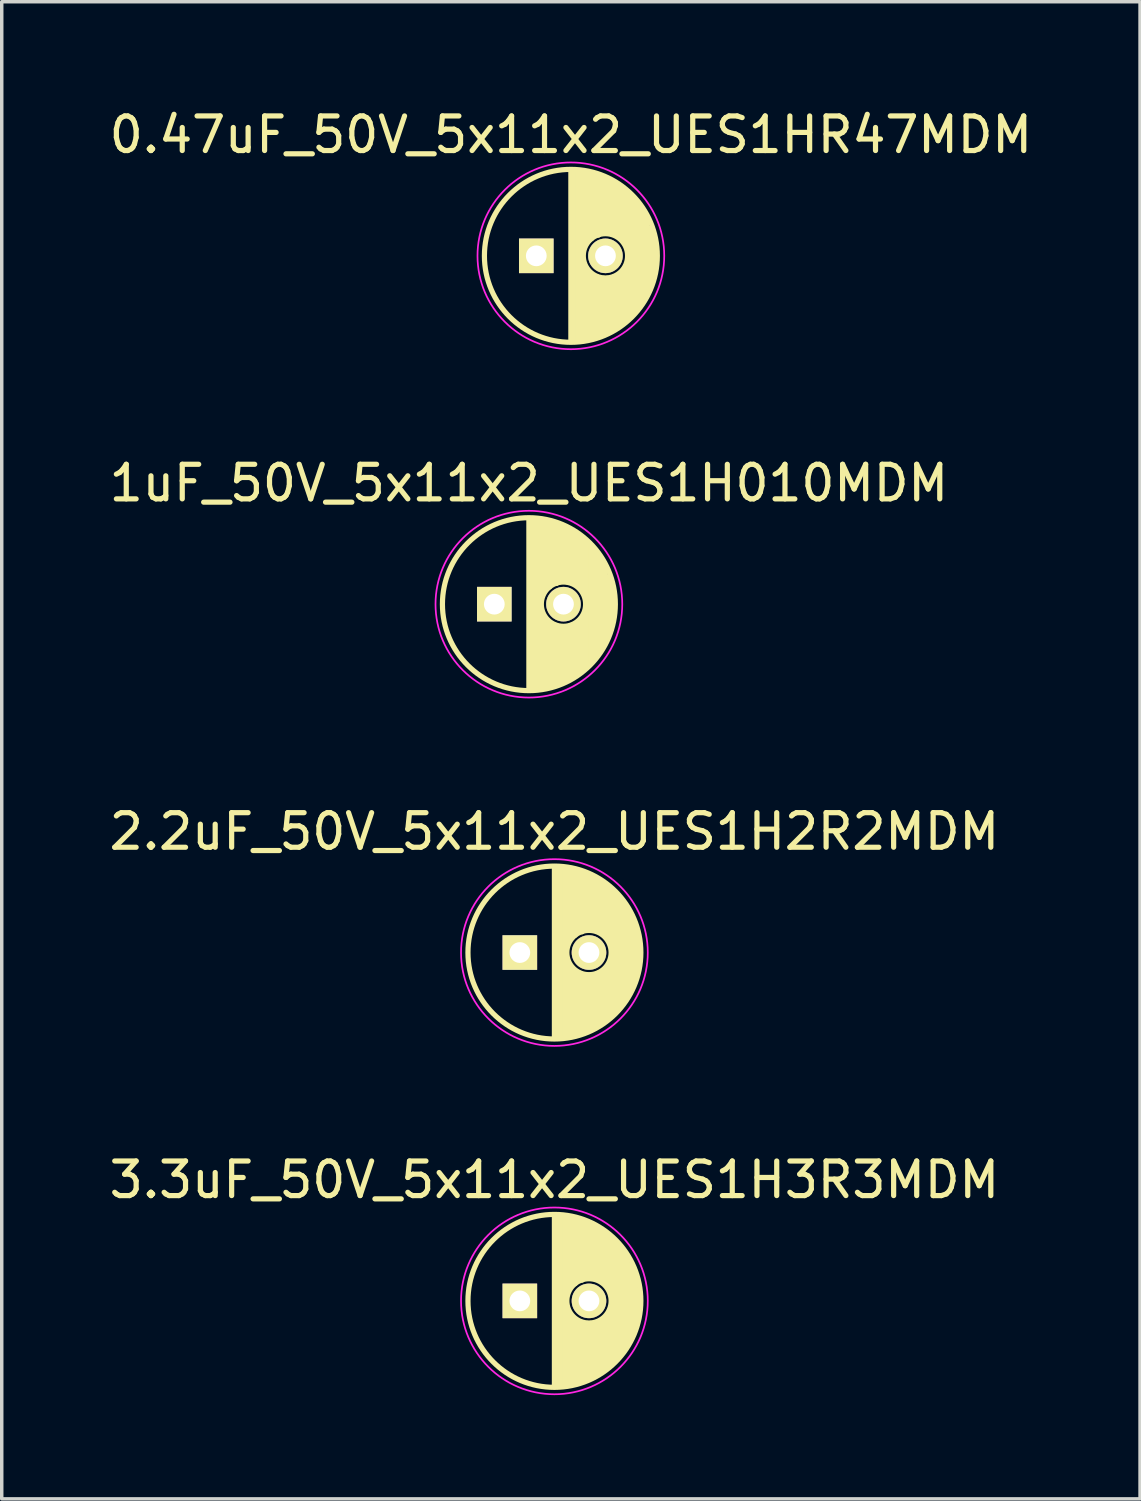
<source format=kicad_pcb>
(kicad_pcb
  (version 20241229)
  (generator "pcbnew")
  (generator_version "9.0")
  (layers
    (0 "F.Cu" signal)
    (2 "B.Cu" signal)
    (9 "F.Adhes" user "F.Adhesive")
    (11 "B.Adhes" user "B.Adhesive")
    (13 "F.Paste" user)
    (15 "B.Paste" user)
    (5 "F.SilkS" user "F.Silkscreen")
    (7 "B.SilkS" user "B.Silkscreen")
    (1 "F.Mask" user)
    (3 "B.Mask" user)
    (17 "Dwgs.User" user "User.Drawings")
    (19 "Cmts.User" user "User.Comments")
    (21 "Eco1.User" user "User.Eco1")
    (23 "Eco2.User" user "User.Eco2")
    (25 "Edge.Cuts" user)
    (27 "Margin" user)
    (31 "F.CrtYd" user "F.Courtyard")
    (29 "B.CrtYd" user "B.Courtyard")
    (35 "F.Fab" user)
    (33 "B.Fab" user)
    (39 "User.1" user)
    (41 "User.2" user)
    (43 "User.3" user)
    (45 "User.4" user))
  (footprint "1uF_50V_5x11x2_UES1H010MDM"
    (layer "F.Cu")
    (at 12.244 14.421)
    (property "Reference" "1uF_50V_5x11x2_UES1H010MDM" (at 0 -3.5 0) (layer "F.SilkS") (effects (font (size 1 1) (thickness 0.15))))
    (attr through_hole)
    (fp_line (start 0 -2.45) (end 0 2.45) (stroke (width 0.15) (type solid)) (layer "F.SilkS"))
    (fp_line (start 0.1 2.45) (end 0.1 -2.45) (stroke (width 0.15) (type solid)) (layer "F.SilkS"))
    (fp_line (start 0.2 -2.45) (end 0.2 2.45) (stroke (width 0.15) (type solid)) (layer "F.SilkS"))
    (fp_line (start 0.3 2.45) (end 0.3 -2.4) (stroke (width 0.15) (type solid)) (layer "F.SilkS"))
    (fp_line (start 0.35 0.25) (end 0.35 2.45) (stroke (width 0.15) (type solid)) (layer "F.SilkS"))
    (fp_line (start 0.4 -2.4) (end 0.4 -0.35) (stroke (width 0.15) (type solid)) (layer "F.SilkS"))
    (fp_line (start 0.45 2.4) (end 0.45 0.4) (stroke (width 0.15) (type solid)) (layer "F.SilkS"))
    (fp_line (start 0.5 -0.45) (end 0.5 -2.4) (stroke (width 0.15) (type solid)) (layer "F.SilkS"))
    (fp_line (start 0.55 0.5) (end 0.55 2.35) (stroke (width 0.15) (type solid)) (layer "F.SilkS"))
    (fp_line (start 0.6 -2.35) (end 0.6 -0.5) (stroke (width 0.15) (type solid)) (layer "F.SilkS"))
    (fp_line (start 0.65 0.6) (end 0.65 2.35) (stroke (width 0.15) (type solid)) (layer "F.SilkS"))
    (fp_line (start 0.7 -0.6) (end 0.7 -2.35) (stroke (width 0.15) (type solid)) (layer "F.SilkS"))
    (fp_line (start 0.75 0.6) (end 0.75 2.3) (stroke (width 0.15) (type solid)) (layer "F.SilkS"))
    (fp_line (start 0.8 -2.3) (end 0.8 -0.6) (stroke (width 0.15) (type solid)) (layer "F.SilkS"))
    (fp_line (start 0.85 0.65) (end 0.85 2.3) (stroke (width 0.15) (type solid)) (layer "F.SilkS"))
    (fp_line (start 0.9 -0.65) (end 0.9 -2.25) (stroke (width 0.15) (type solid)) (layer "F.SilkS"))
    (fp_line (start 0.95 2.25) (end 0.95 0.65) (stroke (width 0.15) (type solid)) (layer "F.SilkS"))
    (fp_line (start 1 -2.25) (end 1 -0.7) (stroke (width 0.15) (type solid)) (layer "F.SilkS"))
    (fp_line (start 1.05 0.65) (end 1.05 2.2) (stroke (width 0.15) (type solid)) (layer "F.SilkS"))
    (fp_line (start 1.1 -0.65) (end 1.1 -2.15) (stroke (width 0.15) (type solid)) (layer "F.SilkS"))
    (fp_line (start 1.15 2.2) (end 1.15 0.65) (stroke (width 0.15) (type solid)) (layer "F.SilkS"))
    (fp_line (start 1.2 -2.15) (end 1.2 -0.7) (stroke (width 0.15) (type solid)) (layer "F.SilkS"))
    (fp_line (start 1.25 0.6) (end 1.25 2.1) (stroke (width 0.15) (type solid)) (layer "F.SilkS"))
    (fp_line (start 1.3 -0.6) (end 1.3 -2.05) (stroke (width 0.15) (type solid)) (layer "F.SilkS"))
    (fp_line (start 1.3 0.6) (end 1.3 2.1) (stroke (width 0.15) (type solid)) (layer "F.SilkS"))
    (fp_line (start 1.4 -2) (end 1.4 -0.55) (stroke (width 0.15) (type solid)) (layer "F.SilkS"))
    (fp_line (start 1.4 2) (end 1.4 0.55) (stroke (width 0.15) (type solid)) (layer "F.SilkS"))
    (fp_line (start 1.5 -1.95) (end 1.5 -0.5) (stroke (width 0.15) (type solid)) (layer "F.SilkS"))
    (fp_line (start 1.5 0.45) (end 1.5 1.95) (stroke (width 0.15) (type solid)) (layer "F.SilkS"))
    (fp_line (start 1.6 -1.85) (end 1.6 -0.35) (stroke (width 0.15) (type solid)) (layer "F.SilkS"))
    (fp_line (start 1.6 0.35) (end 1.6 1.85) (stroke (width 0.15) (type solid)) (layer "F.SilkS"))
    (fp_line (start 1.7 -1.75) (end 1.7 1.75) (stroke (width 0.15) (type solid)) (layer "F.SilkS"))
    (fp_line (start 1.8 1.7) (end 1.8 -1.7) (stroke (width 0.15) (type solid)) (layer "F.SilkS"))
    (fp_line (start 1.9 -1.55) (end 1.9 1.55) (stroke (width 0.15) (type solid)) (layer "F.SilkS"))
    (fp_line (start 2 1.45) (end 2 -1.4) (stroke (width 0.15) (type solid)) (layer "F.SilkS"))
    (fp_line (start 2.1 -1.25) (end 2.1 1.25) (stroke (width 0.15) (type solid)) (layer "F.SilkS"))
    (fp_line (start 2.2 1.1) (end 2.2 -1.05) (stroke (width 0.15) (type solid)) (layer "F.SilkS"))
    (fp_line (start 2.3 -0.8) (end 2.3 0.85) (stroke (width 0.15) (type solid)) (layer "F.SilkS"))
    (fp_line (start 2.4 0.55) (end 2.4 -0.55) (stroke (width 0.15) (type solid)) (layer "F.SilkS"))
    (fp_circle (center 0 0) (end 0 2.5) (stroke (width 0.15) (type solid)) (fill no) (layer "F.SilkS"))
    (fp_circle (center 1 0) (end 1.4 0.5) (stroke (width 0.15) (type solid)) (fill no) (layer "F.SilkS"))
    (fp_circle (center 0 0) (end 0 2.7) (stroke (width 0.05) (type solid)) (fill no) (layer "F.CrtYd"))
    (pad "1" thru_hole rect (at -1 0) (size 1 1) (drill 0.6) (layers "*.Cu" "*.Mask" "F.SilkS"))
    (pad "2" thru_hole circle (at 1 0) (size 1 1) (drill 0.6) (layers "*.Cu" "*.Mask" "F.SilkS")))
  (footprint "2.2uF_50V_5x11x2_UES1H2R2MDM"
    (layer "F.Cu")
    (at 12.982 24.495)
    (property "Reference" "2.2uF_50V_5x11x2_UES1H2R2MDM" (at 0 -3.5 0) (layer "F.SilkS") (effects (font (size 1 1) (thickness 0.15))))
    (attr through_hole)
    (fp_line (start 0 -2.45) (end 0 2.45) (stroke (width 0.15) (type solid)) (layer "F.SilkS"))
    (fp_line (start 0.1 2.45) (end 0.1 -2.45) (stroke (width 0.15) (type solid)) (layer "F.SilkS"))
    (fp_line (start 0.2 -2.45) (end 0.2 2.45) (stroke (width 0.15) (type solid)) (layer "F.SilkS"))
    (fp_line (start 0.3 2.45) (end 0.3 -2.4) (stroke (width 0.15) (type solid)) (layer "F.SilkS"))
    (fp_line (start 0.35 0.25) (end 0.35 2.45) (stroke (width 0.15) (type solid)) (layer "F.SilkS"))
    (fp_line (start 0.4 -2.4) (end 0.4 -0.35) (stroke (width 0.15) (type solid)) (layer "F.SilkS"))
    (fp_line (start 0.45 2.4) (end 0.45 0.4) (stroke (width 0.15) (type solid)) (layer "F.SilkS"))
    (fp_line (start 0.5 -0.45) (end 0.5 -2.4) (stroke (width 0.15) (type solid)) (layer "F.SilkS"))
    (fp_line (start 0.55 0.5) (end 0.55 2.35) (stroke (width 0.15) (type solid)) (layer "F.SilkS"))
    (fp_line (start 0.6 -2.35) (end 0.6 -0.5) (stroke (width 0.15) (type solid)) (layer "F.SilkS"))
    (fp_line (start 0.65 0.6) (end 0.65 2.35) (stroke (width 0.15) (type solid)) (layer "F.SilkS"))
    (fp_line (start 0.7 -0.6) (end 0.7 -2.35) (stroke (width 0.15) (type solid)) (layer "F.SilkS"))
    (fp_line (start 0.75 0.6) (end 0.75 2.3) (stroke (width 0.15) (type solid)) (layer "F.SilkS"))
    (fp_line (start 0.8 -2.3) (end 0.8 -0.6) (stroke (width 0.15) (type solid)) (layer "F.SilkS"))
    (fp_line (start 0.85 0.65) (end 0.85 2.3) (stroke (width 0.15) (type solid)) (layer "F.SilkS"))
    (fp_line (start 0.9 -0.65) (end 0.9 -2.25) (stroke (width 0.15) (type solid)) (layer "F.SilkS"))
    (fp_line (start 0.95 2.25) (end 0.95 0.65) (stroke (width 0.15) (type solid)) (layer "F.SilkS"))
    (fp_line (start 1 -2.25) (end 1 -0.7) (stroke (width 0.15) (type solid)) (layer "F.SilkS"))
    (fp_line (start 1.05 0.65) (end 1.05 2.2) (stroke (width 0.15) (type solid)) (layer "F.SilkS"))
    (fp_line (start 1.1 -0.65) (end 1.1 -2.15) (stroke (width 0.15) (type solid)) (layer "F.SilkS"))
    (fp_line (start 1.15 2.2) (end 1.15 0.65) (stroke (width 0.15) (type solid)) (layer "F.SilkS"))
    (fp_line (start 1.2 -2.15) (end 1.2 -0.7) (stroke (width 0.15) (type solid)) (layer "F.SilkS"))
    (fp_line (start 1.25 0.6) (end 1.25 2.1) (stroke (width 0.15) (type solid)) (layer "F.SilkS"))
    (fp_line (start 1.3 -0.6) (end 1.3 -2.05) (stroke (width 0.15) (type solid)) (layer "F.SilkS"))
    (fp_line (start 1.3 0.6) (end 1.3 2.1) (stroke (width 0.15) (type solid)) (layer "F.SilkS"))
    (fp_line (start 1.4 -2) (end 1.4 -0.55) (stroke (width 0.15) (type solid)) (layer "F.SilkS"))
    (fp_line (start 1.4 2) (end 1.4 0.55) (stroke (width 0.15) (type solid)) (layer "F.SilkS"))
    (fp_line (start 1.5 -1.95) (end 1.5 -0.5) (stroke (width 0.15) (type solid)) (layer "F.SilkS"))
    (fp_line (start 1.5 0.45) (end 1.5 1.95) (stroke (width 0.15) (type solid)) (layer "F.SilkS"))
    (fp_line (start 1.6 -1.85) (end 1.6 -0.35) (stroke (width 0.15) (type solid)) (layer "F.SilkS"))
    (fp_line (start 1.6 0.35) (end 1.6 1.85) (stroke (width 0.15) (type solid)) (layer "F.SilkS"))
    (fp_line (start 1.7 -1.75) (end 1.7 1.75) (stroke (width 0.15) (type solid)) (layer "F.SilkS"))
    (fp_line (start 1.8 1.7) (end 1.8 -1.7) (stroke (width 0.15) (type solid)) (layer "F.SilkS"))
    (fp_line (start 1.9 -1.55) (end 1.9 1.55) (stroke (width 0.15) (type solid)) (layer "F.SilkS"))
    (fp_line (start 2 1.45) (end 2 -1.4) (stroke (width 0.15) (type solid)) (layer "F.SilkS"))
    (fp_line (start 2.1 -1.25) (end 2.1 1.25) (stroke (width 0.15) (type solid)) (layer "F.SilkS"))
    (fp_line (start 2.2 1.1) (end 2.2 -1.05) (stroke (width 0.15) (type solid)) (layer "F.SilkS"))
    (fp_line (start 2.3 -0.8) (end 2.3 0.85) (stroke (width 0.15) (type solid)) (layer "F.SilkS"))
    (fp_line (start 2.4 0.55) (end 2.4 -0.55) (stroke (width 0.15) (type solid)) (layer "F.SilkS"))
    (fp_circle (center 0 0) (end 0 2.5) (stroke (width 0.15) (type solid)) (fill no) (layer "F.SilkS"))
    (fp_circle (center 1 0) (end 1.4 0.5) (stroke (width 0.15) (type solid)) (fill no) (layer "F.SilkS"))
    (fp_circle (center 0 0) (end 0 2.7) (stroke (width 0.05) (type solid)) (fill no) (layer "F.CrtYd"))
    (pad "1" thru_hole rect (at -1 0) (size 1 1) (drill 0.6) (layers "*.Cu" "*.Mask" "F.SilkS"))
    (pad "2" thru_hole circle (at 1 0) (size 1 1) (drill 0.6) (layers "*.Cu" "*.Mask" "F.SilkS")))
  (footprint "0.47uF_50V_5x11x2_UES1HR47MDM"
    (layer "F.Cu")
    (at 13.458 4.348)
    (property "Reference" "0.47uF_50V_5x11x2_UES1HR47MDM" (at 0 -3.5 0) (layer "F.SilkS") (effects (font (size 1 1) (thickness 0.15))))
    (attr through_hole)
    (fp_line (start 0 -2.45) (end 0 2.45) (stroke (width 0.15) (type solid)) (layer "F.SilkS"))
    (fp_line (start 0.1 2.45) (end 0.1 -2.45) (stroke (width 0.15) (type solid)) (layer "F.SilkS"))
    (fp_line (start 0.2 -2.45) (end 0.2 2.45) (stroke (width 0.15) (type solid)) (layer "F.SilkS"))
    (fp_line (start 0.3 2.45) (end 0.3 -2.4) (stroke (width 0.15) (type solid)) (layer "F.SilkS"))
    (fp_line (start 0.35 0.25) (end 0.35 2.45) (stroke (width 0.15) (type solid)) (layer "F.SilkS"))
    (fp_line (start 0.4 -2.4) (end 0.4 -0.35) (stroke (width 0.15) (type solid)) (layer "F.SilkS"))
    (fp_line (start 0.45 2.4) (end 0.45 0.4) (stroke (width 0.15) (type solid)) (layer "F.SilkS"))
    (fp_line (start 0.5 -0.45) (end 0.5 -2.4) (stroke (width 0.15) (type solid)) (layer "F.SilkS"))
    (fp_line (start 0.55 0.5) (end 0.55 2.35) (stroke (width 0.15) (type solid)) (layer "F.SilkS"))
    (fp_line (start 0.6 -2.35) (end 0.6 -0.5) (stroke (width 0.15) (type solid)) (layer "F.SilkS"))
    (fp_line (start 0.65 0.6) (end 0.65 2.35) (stroke (width 0.15) (type solid)) (layer "F.SilkS"))
    (fp_line (start 0.7 -0.6) (end 0.7 -2.35) (stroke (width 0.15) (type solid)) (layer "F.SilkS"))
    (fp_line (start 0.75 0.6) (end 0.75 2.3) (stroke (width 0.15) (type solid)) (layer "F.SilkS"))
    (fp_line (start 0.8 -2.3) (end 0.8 -0.6) (stroke (width 0.15) (type solid)) (layer "F.SilkS"))
    (fp_line (start 0.85 0.65) (end 0.85 2.3) (stroke (width 0.15) (type solid)) (layer "F.SilkS"))
    (fp_line (start 0.9 -0.65) (end 0.9 -2.25) (stroke (width 0.15) (type solid)) (layer "F.SilkS"))
    (fp_line (start 0.95 2.25) (end 0.95 0.65) (stroke (width 0.15) (type solid)) (layer "F.SilkS"))
    (fp_line (start 1 -2.25) (end 1 -0.7) (stroke (width 0.15) (type solid)) (layer "F.SilkS"))
    (fp_line (start 1.05 0.65) (end 1.05 2.2) (stroke (width 0.15) (type solid)) (layer "F.SilkS"))
    (fp_line (start 1.1 -0.65) (end 1.1 -2.15) (stroke (width 0.15) (type solid)) (layer "F.SilkS"))
    (fp_line (start 1.15 2.2) (end 1.15 0.65) (stroke (width 0.15) (type solid)) (layer "F.SilkS"))
    (fp_line (start 1.2 -2.15) (end 1.2 -0.7) (stroke (width 0.15) (type solid)) (layer "F.SilkS"))
    (fp_line (start 1.25 0.6) (end 1.25 2.1) (stroke (width 0.15) (type solid)) (layer "F.SilkS"))
    (fp_line (start 1.3 -0.6) (end 1.3 -2.05) (stroke (width 0.15) (type solid)) (layer "F.SilkS"))
    (fp_line (start 1.3 0.6) (end 1.3 2.1) (stroke (width 0.15) (type solid)) (layer "F.SilkS"))
    (fp_line (start 1.4 -2) (end 1.4 -0.55) (stroke (width 0.15) (type solid)) (layer "F.SilkS"))
    (fp_line (start 1.4 2) (end 1.4 0.55) (stroke (width 0.15) (type solid)) (layer "F.SilkS"))
    (fp_line (start 1.5 -1.95) (end 1.5 -0.5) (stroke (width 0.15) (type solid)) (layer "F.SilkS"))
    (fp_line (start 1.5 0.45) (end 1.5 1.95) (stroke (width 0.15) (type solid)) (layer "F.SilkS"))
    (fp_line (start 1.6 -1.85) (end 1.6 -0.35) (stroke (width 0.15) (type solid)) (layer "F.SilkS"))
    (fp_line (start 1.6 0.35) (end 1.6 1.85) (stroke (width 0.15) (type solid)) (layer "F.SilkS"))
    (fp_line (start 1.7 -1.75) (end 1.7 1.75) (stroke (width 0.15) (type solid)) (layer "F.SilkS"))
    (fp_line (start 1.8 1.7) (end 1.8 -1.7) (stroke (width 0.15) (type solid)) (layer "F.SilkS"))
    (fp_line (start 1.9 -1.55) (end 1.9 1.55) (stroke (width 0.15) (type solid)) (layer "F.SilkS"))
    (fp_line (start 2 1.45) (end 2 -1.4) (stroke (width 0.15) (type solid)) (layer "F.SilkS"))
    (fp_line (start 2.1 -1.25) (end 2.1 1.25) (stroke (width 0.15) (type solid)) (layer "F.SilkS"))
    (fp_line (start 2.2 1.1) (end 2.2 -1.05) (stroke (width 0.15) (type solid)) (layer "F.SilkS"))
    (fp_line (start 2.3 -0.8) (end 2.3 0.85) (stroke (width 0.15) (type solid)) (layer "F.SilkS"))
    (fp_line (start 2.4 0.55) (end 2.4 -0.55) (stroke (width 0.15) (type solid)) (layer "F.SilkS"))
    (fp_circle (center 0 0) (end 0 2.5) (stroke (width 0.15) (type solid)) (fill no) (layer "F.SilkS"))
    (fp_circle (center 1 0) (end 1.4 0.5) (stroke (width 0.15) (type solid)) (fill no) (layer "F.SilkS"))
    (fp_circle (center 0 0) (end 0 2.7) (stroke (width 0.05) (type solid)) (fill no) (layer "F.CrtYd"))
    (pad "1" thru_hole rect (at -1 0) (size 1 1) (drill 0.6) (layers "*.Cu" "*.Mask" "F.SilkS"))
    (pad "2" thru_hole circle (at 1 0) (size 1 1) (drill 0.6) (layers "*.Cu" "*.Mask" "F.SilkS")))
  (footprint "3.3uF_50V_5x11x2_UES1H3R3MDM"
    (layer "F.Cu")
    (at 12.982 34.568)
    (property "Reference" "3.3uF_50V_5x11x2_UES1H3R3MDM" (at 0 -3.5 0) (layer "F.SilkS") (effects (font (size 1 1) (thickness 0.15))))
    (attr through_hole)
    (fp_line (start 0 -2.45) (end 0 2.45) (stroke (width 0.15) (type solid)) (layer "F.SilkS"))
    (fp_line (start 0.1 2.45) (end 0.1 -2.45) (stroke (width 0.15) (type solid)) (layer "F.SilkS"))
    (fp_line (start 0.2 -2.45) (end 0.2 2.45) (stroke (width 0.15) (type solid)) (layer "F.SilkS"))
    (fp_line (start 0.3 2.45) (end 0.3 -2.4) (stroke (width 0.15) (type solid)) (layer "F.SilkS"))
    (fp_line (start 0.35 0.25) (end 0.35 2.45) (stroke (width 0.15) (type solid)) (layer "F.SilkS"))
    (fp_line (start 0.4 -2.4) (end 0.4 -0.35) (stroke (width 0.15) (type solid)) (layer "F.SilkS"))
    (fp_line (start 0.45 2.4) (end 0.45 0.4) (stroke (width 0.15) (type solid)) (layer "F.SilkS"))
    (fp_line (start 0.5 -0.45) (end 0.5 -2.4) (stroke (width 0.15) (type solid)) (layer "F.SilkS"))
    (fp_line (start 0.55 0.5) (end 0.55 2.35) (stroke (width 0.15) (type solid)) (layer "F.SilkS"))
    (fp_line (start 0.6 -2.35) (end 0.6 -0.5) (stroke (width 0.15) (type solid)) (layer "F.SilkS"))
    (fp_line (start 0.65 0.6) (end 0.65 2.35) (stroke (width 0.15) (type solid)) (layer "F.SilkS"))
    (fp_line (start 0.7 -0.6) (end 0.7 -2.35) (stroke (width 0.15) (type solid)) (layer "F.SilkS"))
    (fp_line (start 0.75 0.6) (end 0.75 2.3) (stroke (width 0.15) (type solid)) (layer "F.SilkS"))
    (fp_line (start 0.8 -2.3) (end 0.8 -0.6) (stroke (width 0.15) (type solid)) (layer "F.SilkS"))
    (fp_line (start 0.85 0.65) (end 0.85 2.3) (stroke (width 0.15) (type solid)) (layer "F.SilkS"))
    (fp_line (start 0.9 -0.65) (end 0.9 -2.25) (stroke (width 0.15) (type solid)) (layer "F.SilkS"))
    (fp_line (start 0.95 2.25) (end 0.95 0.65) (stroke (width 0.15) (type solid)) (layer "F.SilkS"))
    (fp_line (start 1 -2.25) (end 1 -0.7) (stroke (width 0.15) (type solid)) (layer "F.SilkS"))
    (fp_line (start 1.05 0.65) (end 1.05 2.2) (stroke (width 0.15) (type solid)) (layer "F.SilkS"))
    (fp_line (start 1.1 -0.65) (end 1.1 -2.15) (stroke (width 0.15) (type solid)) (layer "F.SilkS"))
    (fp_line (start 1.15 2.2) (end 1.15 0.65) (stroke (width 0.15) (type solid)) (layer "F.SilkS"))
    (fp_line (start 1.2 -2.15) (end 1.2 -0.7) (stroke (width 0.15) (type solid)) (layer "F.SilkS"))
    (fp_line (start 1.25 0.6) (end 1.25 2.1) (stroke (width 0.15) (type solid)) (layer "F.SilkS"))
    (fp_line (start 1.3 -0.6) (end 1.3 -2.05) (stroke (width 0.15) (type solid)) (layer "F.SilkS"))
    (fp_line (start 1.3 0.6) (end 1.3 2.1) (stroke (width 0.15) (type solid)) (layer "F.SilkS"))
    (fp_line (start 1.4 -2) (end 1.4 -0.55) (stroke (width 0.15) (type solid)) (layer "F.SilkS"))
    (fp_line (start 1.4 2) (end 1.4 0.55) (stroke (width 0.15) (type solid)) (layer "F.SilkS"))
    (fp_line (start 1.5 -1.95) (end 1.5 -0.5) (stroke (width 0.15) (type solid)) (layer "F.SilkS"))
    (fp_line (start 1.5 0.45) (end 1.5 1.95) (stroke (width 0.15) (type solid)) (layer "F.SilkS"))
    (fp_line (start 1.6 -1.85) (end 1.6 -0.35) (stroke (width 0.15) (type solid)) (layer "F.SilkS"))
    (fp_line (start 1.6 0.35) (end 1.6 1.85) (stroke (width 0.15) (type solid)) (layer "F.SilkS"))
    (fp_line (start 1.7 -1.75) (end 1.7 1.75) (stroke (width 0.15) (type solid)) (layer "F.SilkS"))
    (fp_line (start 1.8 1.7) (end 1.8 -1.7) (stroke (width 0.15) (type solid)) (layer "F.SilkS"))
    (fp_line (start 1.9 -1.55) (end 1.9 1.55) (stroke (width 0.15) (type solid)) (layer "F.SilkS"))
    (fp_line (start 2 1.45) (end 2 -1.4) (stroke (width 0.15) (type solid)) (layer "F.SilkS"))
    (fp_line (start 2.1 -1.25) (end 2.1 1.25) (stroke (width 0.15) (type solid)) (layer "F.SilkS"))
    (fp_line (start 2.2 1.1) (end 2.2 -1.05) (stroke (width 0.15) (type solid)) (layer "F.SilkS"))
    (fp_line (start 2.3 -0.8) (end 2.3 0.85) (stroke (width 0.15) (type solid)) (layer "F.SilkS"))
    (fp_line (start 2.4 0.55) (end 2.4 -0.55) (stroke (width 0.15) (type solid)) (layer "F.SilkS"))
    (fp_circle (center 0 0) (end 0 2.5) (stroke (width 0.15) (type solid)) (fill no) (layer "F.SilkS"))
    (fp_circle (center 1 0) (end 1.4 0.5) (stroke (width 0.15) (type solid)) (fill no) (layer "F.SilkS"))
    (fp_circle (center 0 0) (end 0 2.7) (stroke (width 0.05) (type solid)) (fill no) (layer "F.CrtYd"))
    (pad "1" thru_hole rect (at -1 0) (size 1 1) (drill 0.6) (layers "*.Cu" "*.Mask" "F.SilkS"))
    (pad "2" thru_hole circle (at 1 0) (size 1 1) (drill 0.6) (layers "*.Cu" "*.Mask" "F.SilkS")))
  (gr_rect
    (start -3 -3)
    (end 29.917 40.293)
    (stroke (width 0.1) (type default))
    (fill no)
    (layer "Edge.Cuts")))
</source>
